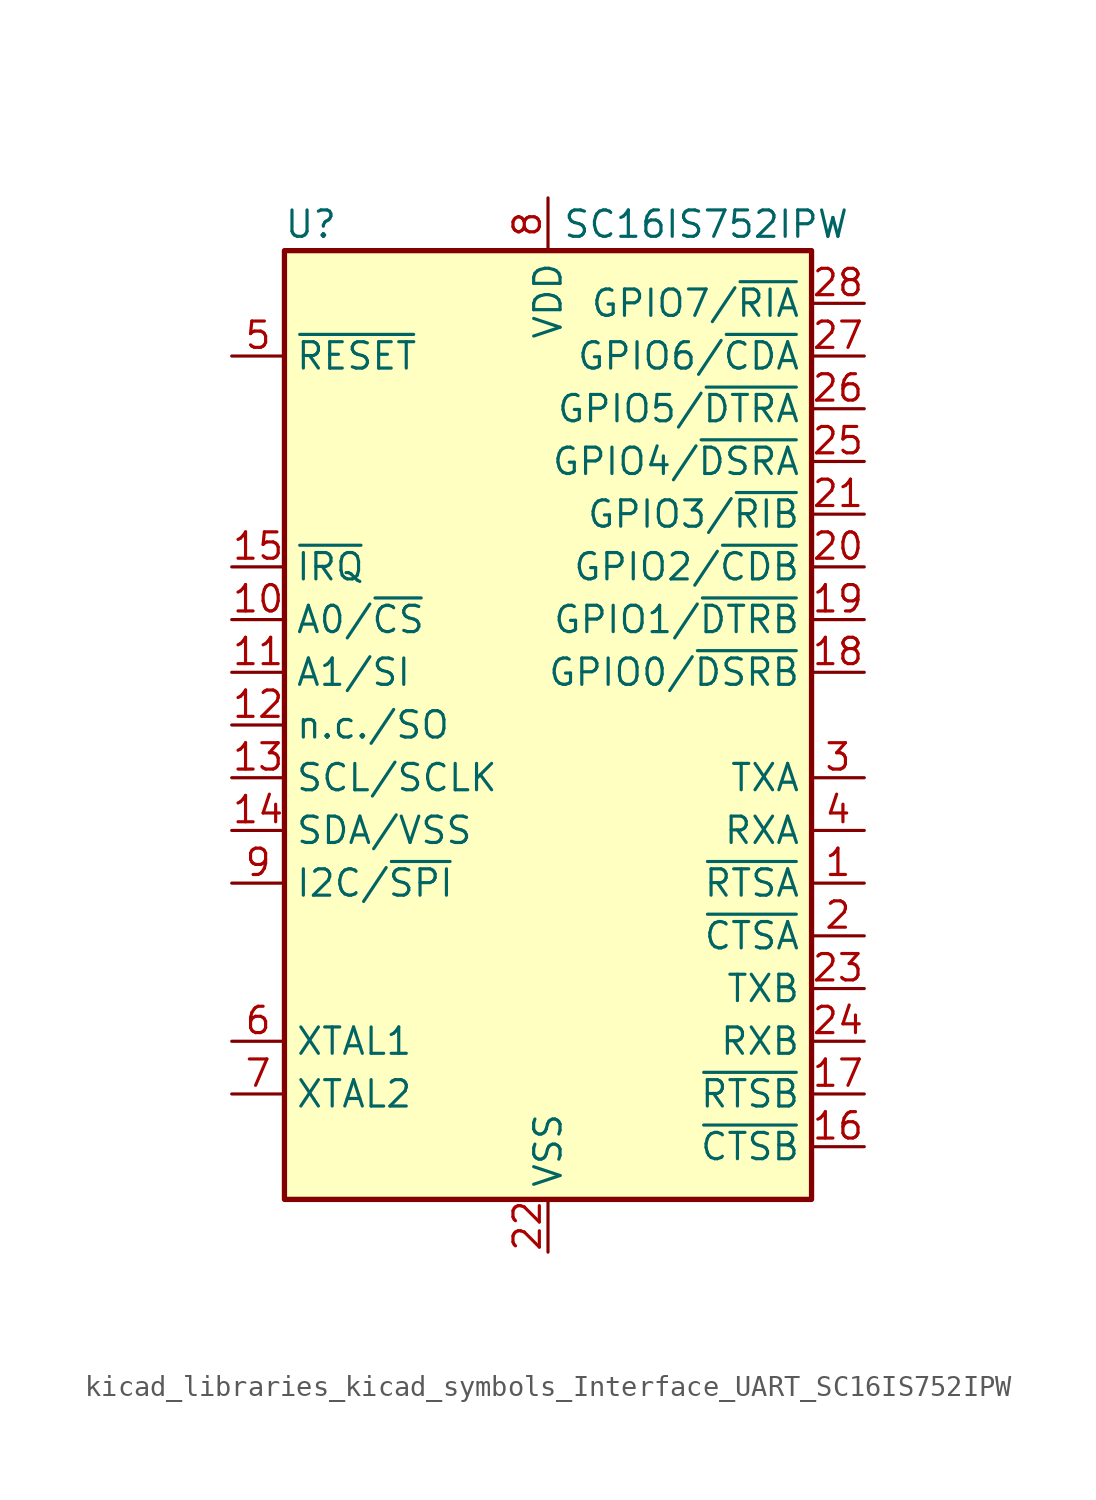
<source format=kicad_sym>
(kicad_symbol_lib
  (version 20220914)
  (generator kicad_symbol_editor)
  (symbol "kicad_libraries_kicad_symbols_Interface_UART_SC16IS752IPW"
    (property "Reference" "U"
      (at -11.43 24.13 0)
      (effects (font (size 1.27 1.27))))
    (property "Value" "SC16IS752IPW"
      (at 7.62 24.13 0)
      (effects (font (size 1.27 1.27))))
    (symbol "kicad_libraries_kicad_symbols_Interface_UART_SC16IS752IPW_0_1"
      (rectangle (start -12.7 22.86) (end 12.7 -22.86) (stroke (width 0.254) (type default)) (fill (type background))))
    (symbol "kicad_libraries_kicad_symbols_Interface_UART_SC16IS752IPW_1_1"
      (pin output line (at 15.24 -7.62 180) (length 2.54) (name "~{RTSA}" (effects (font (size 1.27 1.27)))) (number "1" (effects (font (size 1.27 1.27)))))
      (pin input line (at -15.24 5.08 0) (length 2.54) (name "A0/~{CS}" (effects (font (size 1.27 1.27)))) (number "10" (effects (font (size 1.27 1.27)))))
      (pin input line (at -15.24 2.54 0) (length 2.54) (name "A1/SI" (effects (font (size 1.27 1.27)))) (number "11" (effects (font (size 1.27 1.27)))))
      (pin output line (at -15.24 0 0) (length 2.54) (name "n.c./SO" (effects (font (size 1.27 1.27)))) (number "12" (effects (font (size 1.27 1.27)))))
      (pin input line (at -15.24 -2.54 0) (length 2.54) (name "SCL/SCLK" (effects (font (size 1.27 1.27)))) (number "13" (effects (font (size 1.27 1.27)))))
      (pin bidirectional line (at -15.24 -5.08 0) (length 2.54) (name "SDA/VSS" (effects (font (size 1.27 1.27)))) (number "14" (effects (font (size 1.27 1.27)))))
      (pin open_collector line (at -15.24 7.62 0) (length 2.54) (name "~{IRQ}" (effects (font (size 1.27 1.27)))) (number "15" (effects (font (size 1.27 1.27)))))
      (pin input line (at 15.24 -20.32 180) (length 2.54) (name "~{CTSB}" (effects (font (size 1.27 1.27)))) (number "16" (effects (font (size 1.27 1.27)))))
      (pin output line (at 15.24 -17.78 180) (length 2.54) (name "~{RTSB}" (effects (font (size 1.27 1.27)))) (number "17" (effects (font (size 1.27 1.27)))))
      (pin bidirectional line (at 15.24 2.54 180) (length 2.54) (name "GPIO0/~{DSRB}" (effects (font (size 1.27 1.27)))) (number "18" (effects (font (size 1.27 1.27)))))
      (pin bidirectional line (at 15.24 5.08 180) (length 2.54) (name "GPIO1/~{DTRB}" (effects (font (size 1.27 1.27)))) (number "19" (effects (font (size 1.27 1.27)))))
      (pin input line (at 15.24 -10.16 180) (length 2.54) (name "~{CTSA}" (effects (font (size 1.27 1.27)))) (number "2" (effects (font (size 1.27 1.27)))))
      (pin bidirectional line (at 15.24 7.62 180) (length 2.54) (name "GPIO2/~{CDB}" (effects (font (size 1.27 1.27)))) (number "20" (effects (font (size 1.27 1.27)))))
      (pin bidirectional line (at 15.24 10.16 180) (length 2.54) (name "GPIO3/~{RIB}" (effects (font (size 1.27 1.27)))) (number "21" (effects (font (size 1.27 1.27)))))
      (pin power_in line (at 0 -25.4 90) (length 2.54) (name "VSS" (effects (font (size 1.27 1.27)))) (number "22" (effects (font (size 1.27 1.27)))))
      (pin output line (at 15.24 -12.7 180) (length 2.54) (name "TXB" (effects (font (size 1.27 1.27)))) (number "23" (effects (font (size 1.27 1.27)))))
      (pin input line (at 15.24 -15.24 180) (length 2.54) (name "RXB" (effects (font (size 1.27 1.27)))) (number "24" (effects (font (size 1.27 1.27)))))
      (pin bidirectional line (at 15.24 12.7 180) (length 2.54) (name "GPIO4/~{DSRA}" (effects (font (size 1.27 1.27)))) (number "25" (effects (font (size 1.27 1.27)))))
      (pin bidirectional line (at 15.24 15.24 180) (length 2.54) (name "GPIO5/~{DTRA}" (effects (font (size 1.27 1.27)))) (number "26" (effects (font (size 1.27 1.27)))))
      (pin bidirectional line (at 15.24 17.78 180) (length 2.54) (name "GPIO6/~{CDA}" (effects (font (size 1.27 1.27)))) (number "27" (effects (font (size 1.27 1.27)))))
      (pin bidirectional line (at 15.24 20.32 180) (length 2.54) (name "GPIO7/~{RIA}" (effects (font (size 1.27 1.27)))) (number "28" (effects (font (size 1.27 1.27)))))
      (pin output line (at 15.24 -2.54 180) (length 2.54) (name "TXA" (effects (font (size 1.27 1.27)))) (number "3" (effects (font (size 1.27 1.27)))))
      (pin input line (at 15.24 -5.08 180) (length 2.54) (name "RXA" (effects (font (size 1.27 1.27)))) (number "4" (effects (font (size 1.27 1.27)))))
      (pin input line (at -15.24 17.78 0) (length 2.54) (name "~{RESET}" (effects (font (size 1.27 1.27)))) (number "5" (effects (font (size 1.27 1.27)))))
      (pin input line (at -15.24 -15.24 0) (length 2.54) (name "XTAL1" (effects (font (size 1.27 1.27)))) (number "6" (effects (font (size 1.27 1.27)))))
      (pin output line (at -15.24 -17.78 0) (length 2.54) (name "XTAL2" (effects (font (size 1.27 1.27)))) (number "7" (effects (font (size 1.27 1.27)))))
      (pin power_in line (at 0 25.4 270) (length 2.54) (name "VDD" (effects (font (size 1.27 1.27)))) (number "8" (effects (font (size 1.27 1.27)))))
      (pin input line (at -15.24 -7.62 0) (length 2.54) (name "I2C/~{SPI}" (effects (font (size 1.27 1.27)))) (number "9" (effects (font (size 1.27 1.27))))))))
</source>
